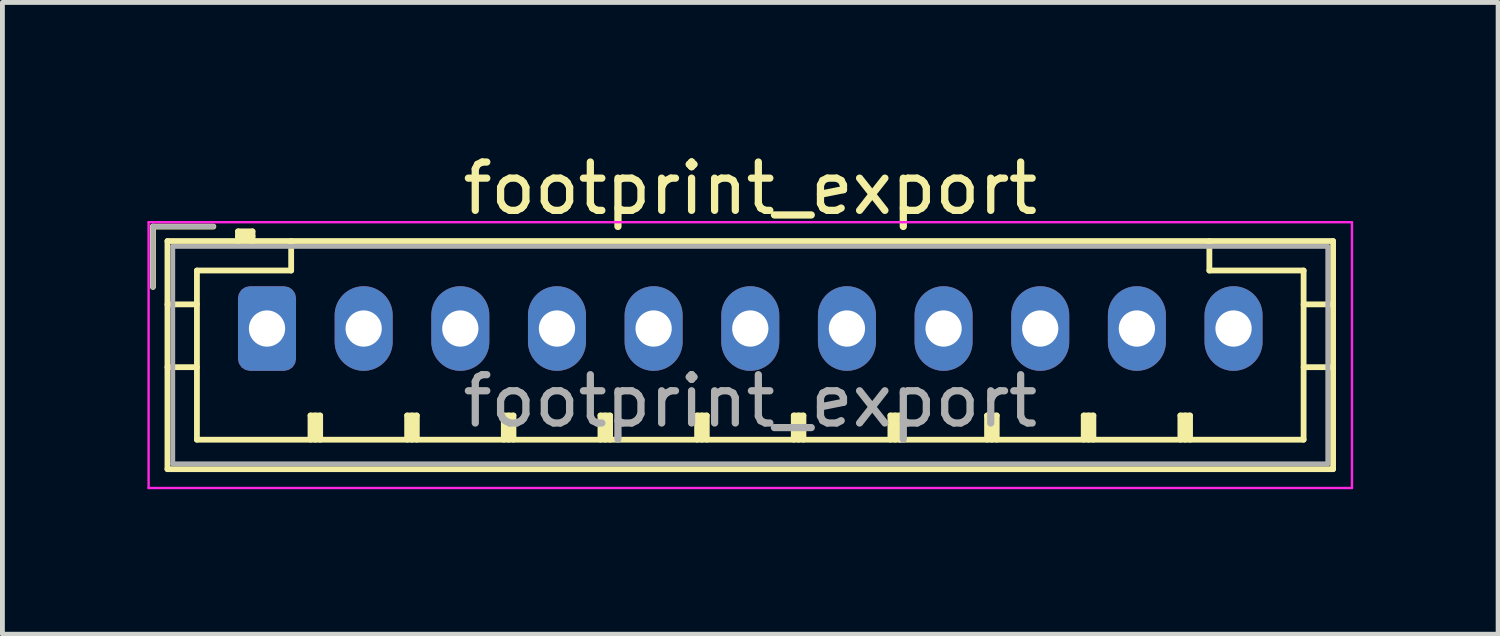
<source format=kicad_pcb>
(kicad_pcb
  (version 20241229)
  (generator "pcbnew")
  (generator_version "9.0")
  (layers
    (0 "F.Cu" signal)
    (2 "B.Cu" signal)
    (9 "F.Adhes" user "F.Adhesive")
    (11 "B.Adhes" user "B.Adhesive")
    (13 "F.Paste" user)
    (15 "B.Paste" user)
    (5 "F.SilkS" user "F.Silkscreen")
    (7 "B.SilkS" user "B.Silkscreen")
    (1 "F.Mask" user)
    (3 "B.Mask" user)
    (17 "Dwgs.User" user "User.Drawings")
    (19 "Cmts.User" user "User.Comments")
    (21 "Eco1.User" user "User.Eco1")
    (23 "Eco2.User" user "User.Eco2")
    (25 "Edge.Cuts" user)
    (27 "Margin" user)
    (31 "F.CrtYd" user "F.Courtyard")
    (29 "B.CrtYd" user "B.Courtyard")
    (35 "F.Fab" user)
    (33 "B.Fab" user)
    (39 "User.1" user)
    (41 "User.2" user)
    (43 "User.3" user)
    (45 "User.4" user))
  (footprint "footprint_export"
    (layer "F.Cu")
    (at 2.475 3.748)
    (property "Reference" "footprint_export" (at 10 -2.9 0) (layer "F.SilkS") (effects (font (size 1 1) (thickness 0.15))))
    (attr through_hole)
    (fp_line (start -2.36 -2.11) (end -2.36 -0.86) (stroke (width 0.12) (type solid)) (layer "F.SilkS"))
    (fp_line (start -2.06 -1.81) (end -2.06 2.91) (stroke (width 0.12) (type solid)) (layer "F.SilkS"))
    (fp_line (start -2.06 -0.5) (end -1.45 -0.5) (stroke (width 0.12) (type solid)) (layer "F.SilkS"))
    (fp_line (start -2.06 0.8) (end -1.45 0.8) (stroke (width 0.12) (type solid)) (layer "F.SilkS"))
    (fp_line (start -2.06 2.91) (end 22.06 2.91) (stroke (width 0.12) (type solid)) (layer "F.SilkS"))
    (fp_line (start -1.45 -1.2) (end -1.45 2.3) (stroke (width 0.12) (type solid)) (layer "F.SilkS"))
    (fp_line (start -1.45 2.3) (end 21.45 2.3) (stroke (width 0.12) (type solid)) (layer "F.SilkS"))
    (fp_line (start -1.11 -2.11) (end -2.36 -2.11) (stroke (width 0.12) (type solid)) (layer "F.SilkS"))
    (fp_line (start -0.6 -2.01) (end -0.6 -1.81) (stroke (width 0.12) (type solid)) (layer "F.SilkS"))
    (fp_line (start -0.3 -2.01) (end -0.6 -2.01) (stroke (width 0.12) (type solid)) (layer "F.SilkS"))
    (fp_line (start -0.3 -1.91) (end -0.6 -1.91) (stroke (width 0.12) (type solid)) (layer "F.SilkS"))
    (fp_line (start -0.3 -1.81) (end -0.3 -2.01) (stroke (width 0.12) (type solid)) (layer "F.SilkS"))
    (fp_line (start 0.5 -1.81) (end 0.5 -1.2) (stroke (width 0.12) (type solid)) (layer "F.SilkS"))
    (fp_line (start 0.5 -1.2) (end -1.45 -1.2) (stroke (width 0.12) (type solid)) (layer "F.SilkS"))
    (fp_line (start 0.9 1.8) (end 1.1 1.8) (stroke (width 0.12) (type solid)) (layer "F.SilkS"))
    (fp_line (start 0.9 2.3) (end 0.9 1.8) (stroke (width 0.12) (type solid)) (layer "F.SilkS"))
    (fp_line (start 1 2.3) (end 1 1.8) (stroke (width 0.12) (type solid)) (layer "F.SilkS"))
    (fp_line (start 1.1 1.8) (end 1.1 2.3) (stroke (width 0.12) (type solid)) (layer "F.SilkS"))
    (fp_line (start 2.9 1.8) (end 3.1 1.8) (stroke (width 0.12) (type solid)) (layer "F.SilkS"))
    (fp_line (start 2.9 2.3) (end 2.9 1.8) (stroke (width 0.12) (type solid)) (layer "F.SilkS"))
    (fp_line (start 3 2.3) (end 3 1.8) (stroke (width 0.12) (type solid)) (layer "F.SilkS"))
    (fp_line (start 3.1 1.8) (end 3.1 2.3) (stroke (width 0.12) (type solid)) (layer "F.SilkS"))
    (fp_line (start 4.9 1.8) (end 5.1 1.8) (stroke (width 0.12) (type solid)) (layer "F.SilkS"))
    (fp_line (start 4.9 2.3) (end 4.9 1.8) (stroke (width 0.12) (type solid)) (layer "F.SilkS"))
    (fp_line (start 5 2.3) (end 5 1.8) (stroke (width 0.12) (type solid)) (layer "F.SilkS"))
    (fp_line (start 5.1 1.8) (end 5.1 2.3) (stroke (width 0.12) (type solid)) (layer "F.SilkS"))
    (fp_line (start 6.9 1.8) (end 7.1 1.8) (stroke (width 0.12) (type solid)) (layer "F.SilkS"))
    (fp_line (start 6.9 2.3) (end 6.9 1.8) (stroke (width 0.12) (type solid)) (layer "F.SilkS"))
    (fp_line (start 7 2.3) (end 7 1.8) (stroke (width 0.12) (type solid)) (layer "F.SilkS"))
    (fp_line (start 7.1 1.8) (end 7.1 2.3) (stroke (width 0.12) (type solid)) (layer "F.SilkS"))
    (fp_line (start 8.9 1.8) (end 9.1 1.8) (stroke (width 0.12) (type solid)) (layer "F.SilkS"))
    (fp_line (start 8.9 2.3) (end 8.9 1.8) (stroke (width 0.12) (type solid)) (layer "F.SilkS"))
    (fp_line (start 9 2.3) (end 9 1.8) (stroke (width 0.12) (type solid)) (layer "F.SilkS"))
    (fp_line (start 9.1 1.8) (end 9.1 2.3) (stroke (width 0.12) (type solid)) (layer "F.SilkS"))
    (fp_line (start 10.9 1.8) (end 11.1 1.8) (stroke (width 0.12) (type solid)) (layer "F.SilkS"))
    (fp_line (start 10.9 2.3) (end 10.9 1.8) (stroke (width 0.12) (type solid)) (layer "F.SilkS"))
    (fp_line (start 11 2.3) (end 11 1.8) (stroke (width 0.12) (type solid)) (layer "F.SilkS"))
    (fp_line (start 11.1 1.8) (end 11.1 2.3) (stroke (width 0.12) (type solid)) (layer "F.SilkS"))
    (fp_line (start 12.9 1.8) (end 13.1 1.8) (stroke (width 0.12) (type solid)) (layer "F.SilkS"))
    (fp_line (start 12.9 2.3) (end 12.9 1.8) (stroke (width 0.12) (type solid)) (layer "F.SilkS"))
    (fp_line (start 13 2.3) (end 13 1.8) (stroke (width 0.12) (type solid)) (layer "F.SilkS"))
    (fp_line (start 13.1 1.8) (end 13.1 2.3) (stroke (width 0.12) (type solid)) (layer "F.SilkS"))
    (fp_line (start 14.9 1.8) (end 15.1 1.8) (stroke (width 0.12) (type solid)) (layer "F.SilkS"))
    (fp_line (start 14.9 2.3) (end 14.9 1.8) (stroke (width 0.12) (type solid)) (layer "F.SilkS"))
    (fp_line (start 15 2.3) (end 15 1.8) (stroke (width 0.12) (type solid)) (layer "F.SilkS"))
    (fp_line (start 15.1 1.8) (end 15.1 2.3) (stroke (width 0.12) (type solid)) (layer "F.SilkS"))
    (fp_line (start 16.9 1.8) (end 17.1 1.8) (stroke (width 0.12) (type solid)) (layer "F.SilkS"))
    (fp_line (start 16.9 2.3) (end 16.9 1.8) (stroke (width 0.12) (type solid)) (layer "F.SilkS"))
    (fp_line (start 17 2.3) (end 17 1.8) (stroke (width 0.12) (type solid)) (layer "F.SilkS"))
    (fp_line (start 17.1 1.8) (end 17.1 2.3) (stroke (width 0.12) (type solid)) (layer "F.SilkS"))
    (fp_line (start 18.9 1.8) (end 19.1 1.8) (stroke (width 0.12) (type solid)) (layer "F.SilkS"))
    (fp_line (start 18.9 2.3) (end 18.9 1.8) (stroke (width 0.12) (type solid)) (layer "F.SilkS"))
    (fp_line (start 19 2.3) (end 19 1.8) (stroke (width 0.12) (type solid)) (layer "F.SilkS"))
    (fp_line (start 19.1 1.8) (end 19.1 2.3) (stroke (width 0.12) (type solid)) (layer "F.SilkS"))
    (fp_line (start 19.5 -1.2) (end 19.5 -1.81) (stroke (width 0.12) (type solid)) (layer "F.SilkS"))
    (fp_line (start 21.45 -1.2) (end 19.5 -1.2) (stroke (width 0.12) (type solid)) (layer "F.SilkS"))
    (fp_line (start 21.45 2.3) (end 21.45 -1.2) (stroke (width 0.12) (type solid)) (layer "F.SilkS"))
    (fp_line (start 22.06 -1.81) (end -2.06 -1.81) (stroke (width 0.12) (type solid)) (layer "F.SilkS"))
    (fp_line (start 22.06 -0.5) (end 21.45 -0.5) (stroke (width 0.12) (type solid)) (layer "F.SilkS"))
    (fp_line (start 22.06 0.8) (end 21.45 0.8) (stroke (width 0.12) (type solid)) (layer "F.SilkS"))
    (fp_line (start 22.06 2.91) (end 22.06 -1.81) (stroke (width 0.12) (type solid)) (layer "F.SilkS"))
    (fp_line (start -2.45 -2.2) (end -2.45 3.3) (stroke (width 0.05) (type solid)) (layer "F.CrtYd"))
    (fp_line (start -2.45 3.3) (end 22.45 3.3) (stroke (width 0.05) (type solid)) (layer "F.CrtYd"))
    (fp_line (start 22.45 -2.2) (end -2.45 -2.2) (stroke (width 0.05) (type solid)) (layer "F.CrtYd"))
    (fp_line (start 22.45 3.3) (end 22.45 -2.2) (stroke (width 0.05) (type solid)) (layer "F.CrtYd"))
    (fp_line (start -2.36 -2.11) (end -2.36 -0.86) (stroke (width 0.1) (type solid)) (layer "F.Fab"))
    (fp_line (start -1.95 -1.7) (end -1.95 2.8) (stroke (width 0.1) (type solid)) (layer "F.Fab"))
    (fp_line (start -1.95 2.8) (end 21.95 2.8) (stroke (width 0.1) (type solid)) (layer "F.Fab"))
    (fp_line (start -1.11 -2.11) (end -2.36 -2.11) (stroke (width 0.1) (type solid)) (layer "F.Fab"))
    (fp_line (start 21.95 -1.7) (end -1.95 -1.7) (stroke (width 0.1) (type solid)) (layer "F.Fab"))
    (fp_line (start 21.95 2.8) (end 21.95 -1.7) (stroke (width 0.1) (type solid)) (layer "F.Fab"))
    (fp_text user "${REFERENCE}" (at 10 1.5 0) (layer "F.Fab") (effects (font (size 1 1) (thickness 0.15))))
    (pad "1" thru_hole roundrect (at 0 0) (size 1.2 1.75) (drill 0.75) (layers "*.Cu" "*.Mask") (roundrect_rratio 0.208))
    (pad "2" thru_hole oval (at 2 0) (size 1.2 1.75) (drill 0.75) (layers "*.Cu" "*.Mask"))
    (pad "3" thru_hole oval (at 4 0) (size 1.2 1.75) (drill 0.75) (layers "*.Cu" "*.Mask"))
    (pad "4" thru_hole oval (at 6 0) (size 1.2 1.75) (drill 0.75) (layers "*.Cu" "*.Mask"))
    (pad "5" thru_hole oval (at 8 0) (size 1.2 1.75) (drill 0.75) (layers "*.Cu" "*.Mask"))
    (pad "6" thru_hole oval (at 10 0) (size 1.2 1.75) (drill 0.75) (layers "*.Cu" "*.Mask"))
    (pad "7" thru_hole oval (at 12 0) (size 1.2 1.75) (drill 0.75) (layers "*.Cu" "*.Mask"))
    (pad "8" thru_hole oval (at 14 0) (size 1.2 1.75) (drill 0.75) (layers "*.Cu" "*.Mask"))
    (pad "9" thru_hole oval (at 16 0) (size 1.2 1.75) (drill 0.75) (layers "*.Cu" "*.Mask"))
    (pad "10" thru_hole oval (at 18 0) (size 1.2 1.75) (drill 0.75) (layers "*.Cu" "*.Mask"))
    (pad "11" thru_hole oval (at 20 0) (size 1.2 1.75) (drill 0.75) (layers "*.Cu" "*.Mask")))
  (gr_rect
    (start -3 -3)
    (end 27.95 10.073)
    (stroke (width 0.1) (type default))
    (fill no)
    (layer "Edge.Cuts")))
</source>
